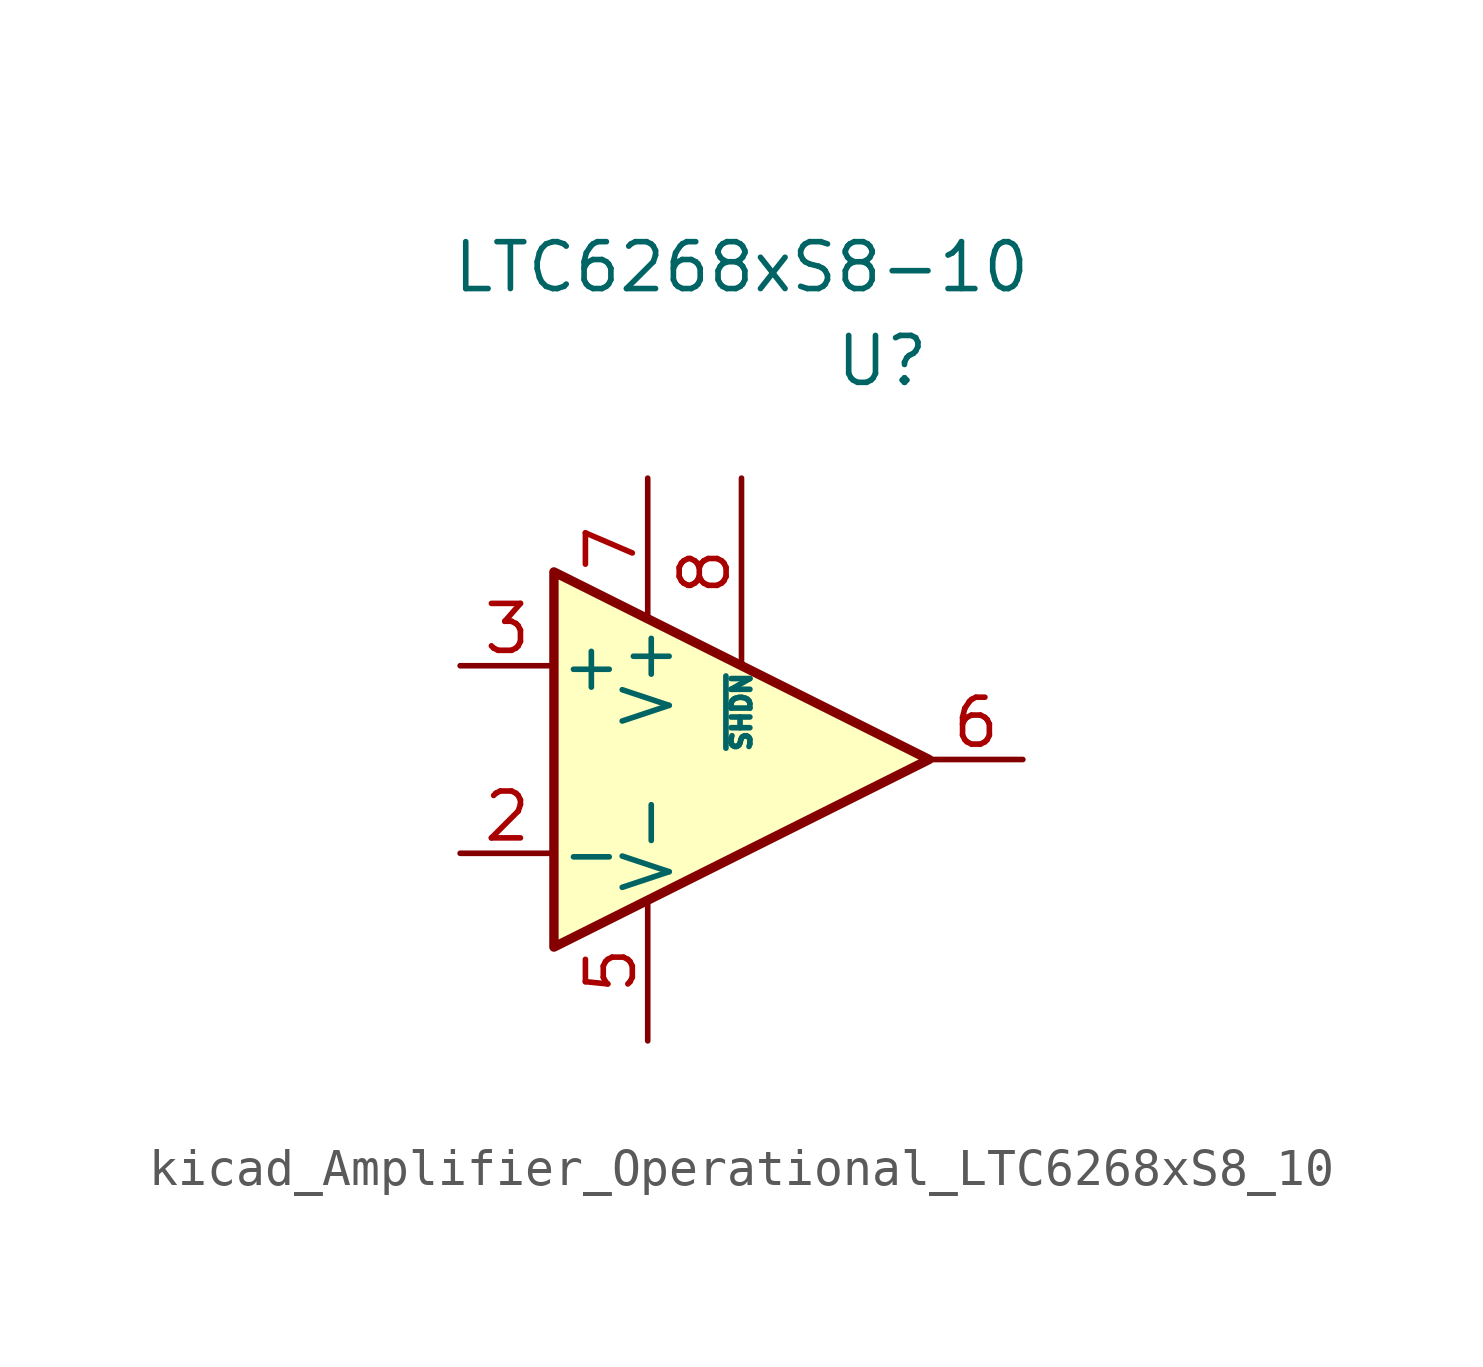
<source format=kicad_sym>
(kicad_symbol_lib
  (version 20220914)
  (generator kicad_symbol_editor)
  (symbol "kicad_Amplifier_Operational_LTC6268xS8_10"
    (pin_names
      (offset 0.127))
    (property "Reference" "U"
      (at 3.81 10.795 0)
      (effects (font (size 1.27 1.27))))
    (property "Value" "LTC6268xS8-10"
      (at 0 13.335 0)
      (effects (font (size 1.27 1.27))))
    (symbol "kicad_Amplifier_Operational_LTC6268xS8_10_1_1"
      (polyline (pts (xy -5.08 5.08) (xy -5.08 -5.08) (xy 5.08 0) (xy -5.08 5.08)) (stroke (width 0.254) (type default)) (fill (type background)))
      (pin no_connect line (at 0 -2.54 90) (length 5.08) hide (name "NC" (effects (font (size 0.508 0.508)))) (number "1" (effects (font (size 1.27 1.27)))))
      (pin input line (at -7.62 -2.54 0) (length 2.54) (name "-" (effects (font (size 1.27 1.27)))) (number "2" (effects (font (size 1.27 1.27)))))
      (pin input line (at -7.62 2.54 0) (length 2.54) (name "+" (effects (font (size 1.27 1.27)))) (number "3" (effects (font (size 1.27 1.27)))))
      (pin no_connect line (at 0 -2.54 90) (length 5.08) hide (name "NC" (effects (font (size 0.508 0.508)))) (number "4" (effects (font (size 1.27 1.27)))))
      (pin power_in line (at -2.54 -7.62 90) (length 3.81) (name "V-" (effects (font (size 1.27 1.27)))) (number "5" (effects (font (size 1.27 1.27)))))
      (pin output line (at 7.62 0 180) (length 2.54) (name "~" (effects (font (size 1.27 1.27)))) (number "6" (effects (font (size 1.27 1.27)))))
      (pin power_in line (at -2.54 7.62 270) (length 3.81) (name "V+" (effects (font (size 1.27 1.27)))) (number "7" (effects (font (size 1.27 1.27)))))
      (pin input line (at 0 7.62 270) (length 5.08) (name "~{SHDN}" (effects (font (size 0.508 0.508)))) (number "8" (effects (font (size 1.27 1.27))))))))
</source>
